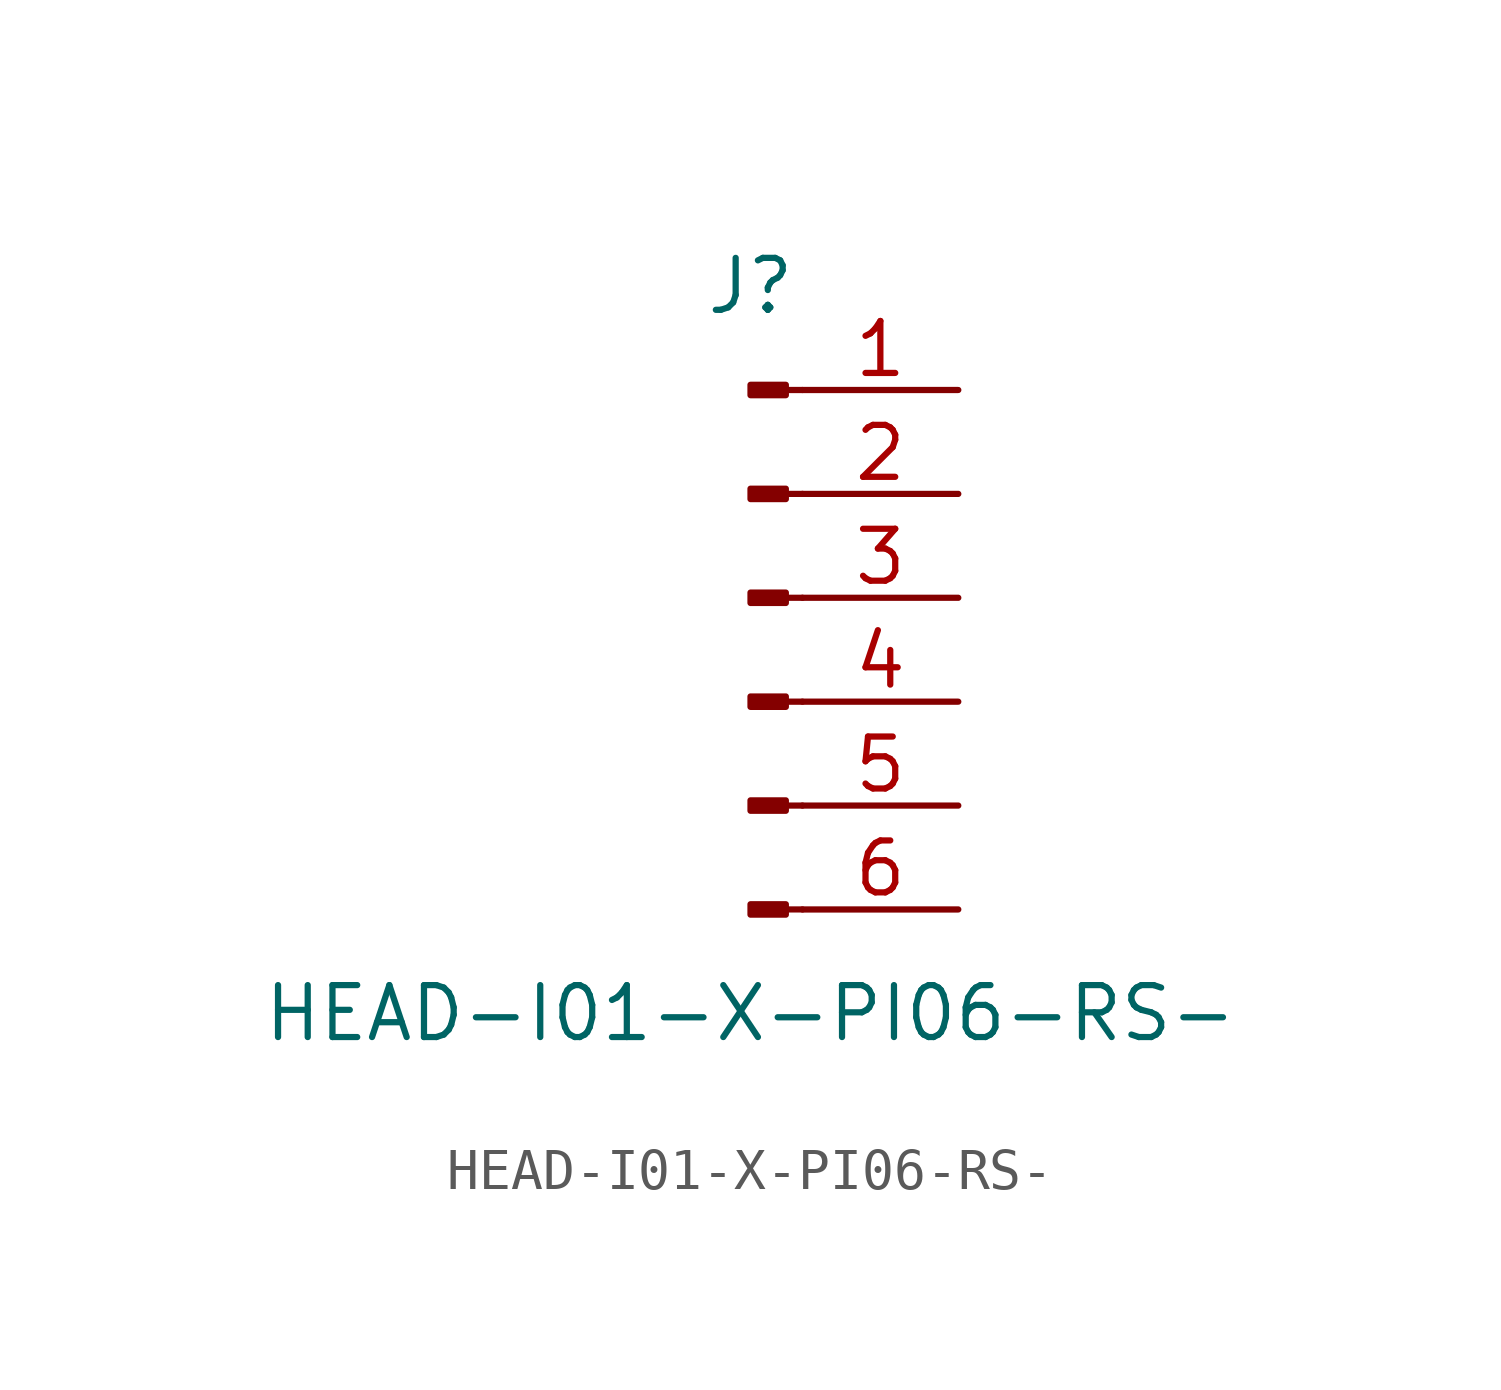
<source format=kicad_sym>
(kicad_symbol_lib
  (version 20211014)
  (generator kicad_symbol_editor)
  (symbol "HEAD-I01-X-PI06-RS-"
    (pin_names
      (offset 1.016) hide)
    (property "Reference" "J"
      (at 0 7.62 0)
      (effects (font (size 1.27 1.27))))
    (property "Value" "HEAD-I01-X-PI06-RS-"
      (at 0 -10.16 0)
      (effects (font (size 1.27 1.27))))
    (symbol "HEAD-I01-X-PI06-RS-_1_1"
      (polyline (pts (xy 1.27 -7.62) (xy 0.864 -7.62)) (stroke (width 0.152) (type default) (color 0 0 0 0)) (fill (type none)))
      (polyline (pts (xy 1.27 -5.08) (xy 0.864 -5.08)) (stroke (width 0.152) (type default) (color 0 0 0 0)) (fill (type none)))
      (polyline (pts (xy 1.27 -2.54) (xy 0.864 -2.54)) (stroke (width 0.152) (type default) (color 0 0 0 0)) (fill (type none)))
      (polyline (pts (xy 1.27 0) (xy 0.864 0)) (stroke (width 0.152) (type default) (color 0 0 0 0)) (fill (type none)))
      (polyline (pts (xy 1.27 2.54) (xy 0.864 2.54)) (stroke (width 0.152) (type default) (color 0 0 0 0)) (fill (type none)))
      (polyline (pts (xy 1.27 5.08) (xy 0.864 5.08)) (stroke (width 0.152) (type default) (color 0 0 0 0)) (fill (type none)))
      (rectangle (start 0.864 -7.493) (end 0 -7.747) (stroke (width 0.152) (type default) (color 0 0 0 0)) (fill (type outline)))
      (rectangle (start 0.864 -4.953) (end 0 -5.207) (stroke (width 0.152) (type default) (color 0 0 0 0)) (fill (type outline)))
      (rectangle (start 0.864 -2.413) (end 0 -2.667) (stroke (width 0.152) (type default) (color 0 0 0 0)) (fill (type outline)))
      (rectangle (start 0.864 0.127) (end 0 -0.127) (stroke (width 0.152) (type default) (color 0 0 0 0)) (fill (type outline)))
      (rectangle (start 0.864 2.667) (end 0 2.413) (stroke (width 0.152) (type default) (color 0 0 0 0)) (fill (type outline)))
      (rectangle (start 0.864 5.207) (end 0 4.953) (stroke (width 0.152) (type default) (color 0 0 0 0)) (fill (type outline)))
      (pin passive line (at 5.08 5.08 180) (length 3.81) (name "Pin_1" (effects (font (size 1.27 1.27)))) (number "1" (effects (font (size 1.27 1.27)))))
      (pin passive line (at 5.08 2.54 180) (length 3.81) (name "Pin_2" (effects (font (size 1.27 1.27)))) (number "2" (effects (font (size 1.27 1.27)))))
      (pin passive line (at 5.08 0 180) (length 3.81) (name "Pin_3" (effects (font (size 1.27 1.27)))) (number "3" (effects (font (size 1.27 1.27)))))
      (pin passive line (at 5.08 -2.54 180) (length 3.81) (name "Pin_4" (effects (font (size 1.27 1.27)))) (number "4" (effects (font (size 1.27 1.27)))))
      (pin passive line (at 5.08 -5.08 180) (length 3.81) (name "Pin_5" (effects (font (size 1.27 1.27)))) (number "5" (effects (font (size 1.27 1.27)))))
      (pin passive line (at 5.08 -7.62 180) (length 3.81) (name "Pin_6" (effects (font (size 1.27 1.27)))) (number "6" (effects (font (size 1.27 1.27))))))))
</source>
